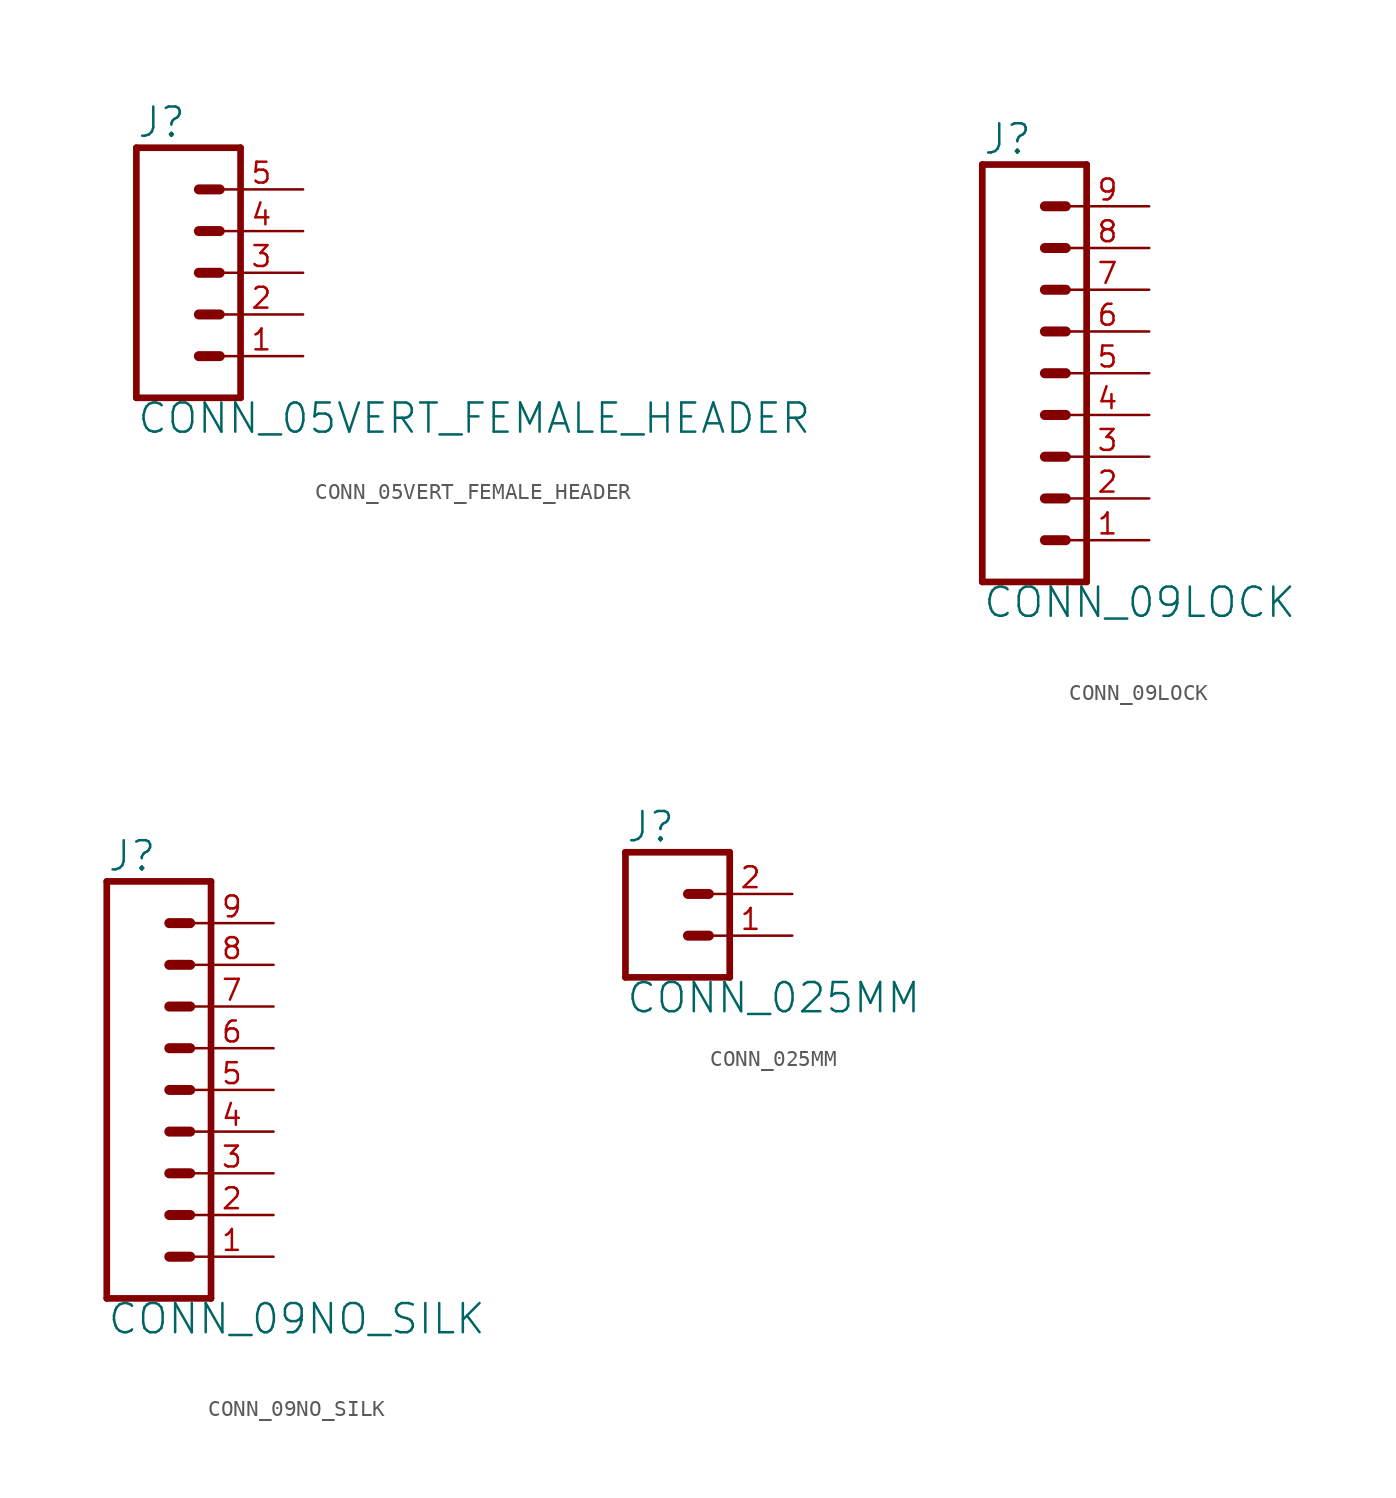
<source format=kicad_sym>
(kicad_symbol_lib
  (version 20211014)
  (generator kicad_symbol_editor)
  (symbol "CONN_05VERT_FEMALE_HEADER"
    (property "Reference" "J"
      (at -2.54 8.128 0)
      (effects (font (size 1.778 1.778)) (justify left bottom)))
    (property "Value" "CONN_05VERT_FEMALE_HEADER"
      (at -2.54 -9.906 0)
      (effects (font (size 1.778 1.778)) (justify left bottom)))
    (property "ki_locked" ""
      (at 0 0 0)
      (effects (font (size 1.27 1.27))))
    (symbol "CONN_05VERT_FEMALE_HEADER_1_0"
      (polyline (pts (xy -2.54 7.62) (xy -2.54 -7.62)) (stroke (width 0.406) (type default) (color 0 0 0 0)) (fill (type none)))
      (polyline (pts (xy -2.54 7.62) (xy 3.81 7.62)) (stroke (width 0.406) (type default) (color 0 0 0 0)) (fill (type none)))
      (polyline (pts (xy 1.27 -5.08) (xy 2.54 -5.08)) (stroke (width 0.61) (type default) (color 0 0 0 0)) (fill (type none)))
      (polyline (pts (xy 1.27 -2.54) (xy 2.54 -2.54)) (stroke (width 0.61) (type default) (color 0 0 0 0)) (fill (type none)))
      (polyline (pts (xy 1.27 0) (xy 2.54 0)) (stroke (width 0.61) (type default) (color 0 0 0 0)) (fill (type none)))
      (polyline (pts (xy 1.27 2.54) (xy 2.54 2.54)) (stroke (width 0.61) (type default) (color 0 0 0 0)) (fill (type none)))
      (polyline (pts (xy 1.27 5.08) (xy 2.54 5.08)) (stroke (width 0.61) (type default) (color 0 0 0 0)) (fill (type none)))
      (polyline (pts (xy 3.81 -7.62) (xy -2.54 -7.62)) (stroke (width 0.406) (type default) (color 0 0 0 0)) (fill (type none)))
      (polyline (pts (xy 3.81 -7.62) (xy 3.81 7.62)) (stroke (width 0.406) (type default) (color 0 0 0 0)) (fill (type none)))
      (pin passive line (at 7.62 -5.08 180) (length 5.08) (name "1" (effects (font (size 0 0)))) (number "1" (effects (font (size 1.27 1.27)))))
      (pin passive line (at 7.62 -2.54 180) (length 5.08) (name "2" (effects (font (size 0 0)))) (number "2" (effects (font (size 1.27 1.27)))))
      (pin passive line (at 7.62 0 180) (length 5.08) (name "3" (effects (font (size 0 0)))) (number "3" (effects (font (size 1.27 1.27)))))
      (pin passive line (at 7.62 2.54 180) (length 5.08) (name "4" (effects (font (size 0 0)))) (number "4" (effects (font (size 1.27 1.27)))))
      (pin passive line (at 7.62 5.08 180) (length 5.08) (name "5" (effects (font (size 0 0)))) (number "5" (effects (font (size 1.27 1.27)))))))
  (symbol "CONN_09LOCK"
    (property "Reference" "J"
      (at 0 13.208 0)
      (effects (font (size 1.778 1.778)) (justify left bottom)))
    (property "Value" "CONN_09LOCK"
      (at 0 -14.986 0)
      (effects (font (size 1.778 1.778)) (justify left bottom)))
    (property "ki_locked" ""
      (at 0 0 0)
      (effects (font (size 1.27 1.27))))
    (symbol "CONN_09LOCK_1_0"
      (polyline (pts (xy 0 12.7) (xy 0 -12.7)) (stroke (width 0.406) (type default) (color 0 0 0 0)) (fill (type none)))
      (polyline (pts (xy 0 12.7) (xy 6.35 12.7)) (stroke (width 0.406) (type default) (color 0 0 0 0)) (fill (type none)))
      (polyline (pts (xy 3.81 -10.16) (xy 5.08 -10.16)) (stroke (width 0.61) (type default) (color 0 0 0 0)) (fill (type none)))
      (polyline (pts (xy 3.81 -7.62) (xy 5.08 -7.62)) (stroke (width 0.61) (type default) (color 0 0 0 0)) (fill (type none)))
      (polyline (pts (xy 3.81 -5.08) (xy 5.08 -5.08)) (stroke (width 0.61) (type default) (color 0 0 0 0)) (fill (type none)))
      (polyline (pts (xy 3.81 -2.54) (xy 5.08 -2.54)) (stroke (width 0.61) (type default) (color 0 0 0 0)) (fill (type none)))
      (polyline (pts (xy 3.81 0) (xy 5.08 0)) (stroke (width 0.61) (type default) (color 0 0 0 0)) (fill (type none)))
      (polyline (pts (xy 3.81 2.54) (xy 5.08 2.54)) (stroke (width 0.61) (type default) (color 0 0 0 0)) (fill (type none)))
      (polyline (pts (xy 3.81 5.08) (xy 5.08 5.08)) (stroke (width 0.61) (type default) (color 0 0 0 0)) (fill (type none)))
      (polyline (pts (xy 3.81 7.62) (xy 5.08 7.62)) (stroke (width 0.61) (type default) (color 0 0 0 0)) (fill (type none)))
      (polyline (pts (xy 3.81 10.16) (xy 5.08 10.16)) (stroke (width 0.61) (type default) (color 0 0 0 0)) (fill (type none)))
      (polyline (pts (xy 6.35 -12.7) (xy 0 -12.7)) (stroke (width 0.406) (type default) (color 0 0 0 0)) (fill (type none)))
      (polyline (pts (xy 6.35 -12.7) (xy 6.35 12.7)) (stroke (width 0.406) (type default) (color 0 0 0 0)) (fill (type none)))
      (pin passive line (at 10.16 -10.16 180) (length 5.08) (name "1" (effects (font (size 0 0)))) (number "1" (effects (font (size 1.27 1.27)))))
      (pin passive line (at 10.16 -7.62 180) (length 5.08) (name "2" (effects (font (size 0 0)))) (number "2" (effects (font (size 1.27 1.27)))))
      (pin passive line (at 10.16 -5.08 180) (length 5.08) (name "3" (effects (font (size 0 0)))) (number "3" (effects (font (size 1.27 1.27)))))
      (pin passive line (at 10.16 -2.54 180) (length 5.08) (name "4" (effects (font (size 0 0)))) (number "4" (effects (font (size 1.27 1.27)))))
      (pin passive line (at 10.16 0 180) (length 5.08) (name "5" (effects (font (size 0 0)))) (number "5" (effects (font (size 1.27 1.27)))))
      (pin passive line (at 10.16 2.54 180) (length 5.08) (name "6" (effects (font (size 0 0)))) (number "6" (effects (font (size 1.27 1.27)))))
      (pin passive line (at 10.16 5.08 180) (length 5.08) (name "7" (effects (font (size 0 0)))) (number "7" (effects (font (size 1.27 1.27)))))
      (pin passive line (at 10.16 7.62 180) (length 5.08) (name "8" (effects (font (size 0 0)))) (number "8" (effects (font (size 1.27 1.27)))))
      (pin passive line (at 10.16 10.16 180) (length 5.08) (name "9" (effects (font (size 0 0)))) (number "9" (effects (font (size 1.27 1.27)))))))
  (symbol "CONN_09NO_SILK"
    (property "Reference" "J"
      (at 0 13.208 0)
      (effects (font (size 1.778 1.778)) (justify left bottom)))
    (property "Value" "CONN_09NO_SILK"
      (at 0 -14.986 0)
      (effects (font (size 1.778 1.778)) (justify left bottom)))
    (property "ki_locked" ""
      (at 0 0 0)
      (effects (font (size 1.27 1.27))))
    (symbol "CONN_09NO_SILK_1_0"
      (polyline (pts (xy 0 12.7) (xy 0 -12.7)) (stroke (width 0.406) (type default) (color 0 0 0 0)) (fill (type none)))
      (polyline (pts (xy 0 12.7) (xy 6.35 12.7)) (stroke (width 0.406) (type default) (color 0 0 0 0)) (fill (type none)))
      (polyline (pts (xy 3.81 -10.16) (xy 5.08 -10.16)) (stroke (width 0.61) (type default) (color 0 0 0 0)) (fill (type none)))
      (polyline (pts (xy 3.81 -7.62) (xy 5.08 -7.62)) (stroke (width 0.61) (type default) (color 0 0 0 0)) (fill (type none)))
      (polyline (pts (xy 3.81 -5.08) (xy 5.08 -5.08)) (stroke (width 0.61) (type default) (color 0 0 0 0)) (fill (type none)))
      (polyline (pts (xy 3.81 -2.54) (xy 5.08 -2.54)) (stroke (width 0.61) (type default) (color 0 0 0 0)) (fill (type none)))
      (polyline (pts (xy 3.81 0) (xy 5.08 0)) (stroke (width 0.61) (type default) (color 0 0 0 0)) (fill (type none)))
      (polyline (pts (xy 3.81 2.54) (xy 5.08 2.54)) (stroke (width 0.61) (type default) (color 0 0 0 0)) (fill (type none)))
      (polyline (pts (xy 3.81 5.08) (xy 5.08 5.08)) (stroke (width 0.61) (type default) (color 0 0 0 0)) (fill (type none)))
      (polyline (pts (xy 3.81 7.62) (xy 5.08 7.62)) (stroke (width 0.61) (type default) (color 0 0 0 0)) (fill (type none)))
      (polyline (pts (xy 3.81 10.16) (xy 5.08 10.16)) (stroke (width 0.61) (type default) (color 0 0 0 0)) (fill (type none)))
      (polyline (pts (xy 6.35 -12.7) (xy 0 -12.7)) (stroke (width 0.406) (type default) (color 0 0 0 0)) (fill (type none)))
      (polyline (pts (xy 6.35 -12.7) (xy 6.35 12.7)) (stroke (width 0.406) (type default) (color 0 0 0 0)) (fill (type none)))
      (pin passive line (at 10.16 -10.16 180) (length 5.08) (name "1" (effects (font (size 0 0)))) (number "1" (effects (font (size 1.27 1.27)))))
      (pin passive line (at 10.16 -7.62 180) (length 5.08) (name "2" (effects (font (size 0 0)))) (number "2" (effects (font (size 1.27 1.27)))))
      (pin passive line (at 10.16 -5.08 180) (length 5.08) (name "3" (effects (font (size 0 0)))) (number "3" (effects (font (size 1.27 1.27)))))
      (pin passive line (at 10.16 -2.54 180) (length 5.08) (name "4" (effects (font (size 0 0)))) (number "4" (effects (font (size 1.27 1.27)))))
      (pin passive line (at 10.16 0 180) (length 5.08) (name "5" (effects (font (size 0 0)))) (number "5" (effects (font (size 1.27 1.27)))))
      (pin passive line (at 10.16 2.54 180) (length 5.08) (name "6" (effects (font (size 0 0)))) (number "6" (effects (font (size 1.27 1.27)))))
      (pin passive line (at 10.16 5.08 180) (length 5.08) (name "7" (effects (font (size 0 0)))) (number "7" (effects (font (size 1.27 1.27)))))
      (pin passive line (at 10.16 7.62 180) (length 5.08) (name "8" (effects (font (size 0 0)))) (number "8" (effects (font (size 1.27 1.27)))))
      (pin passive line (at 10.16 10.16 180) (length 5.08) (name "9" (effects (font (size 0 0)))) (number "9" (effects (font (size 1.27 1.27)))))))
  (symbol "CONN_025MM"
    (property "Reference" "J"
      (at -2.54 5.588 0)
      (effects (font (size 1.778 1.778)) (justify left bottom)))
    (property "Value" "CONN_025MM"
      (at -2.54 -4.826 0)
      (effects (font (size 1.778 1.778)) (justify left bottom)))
    (property "ki_locked" ""
      (at 0 0 0)
      (effects (font (size 1.27 1.27))))
    (symbol "CONN_025MM_1_0"
      (polyline (pts (xy -2.54 5.08) (xy -2.54 -2.54)) (stroke (width 0.406) (type default) (color 0 0 0 0)) (fill (type none)))
      (polyline (pts (xy -2.54 5.08) (xy 3.81 5.08)) (stroke (width 0.406) (type default) (color 0 0 0 0)) (fill (type none)))
      (polyline (pts (xy 1.27 0) (xy 2.54 0)) (stroke (width 0.61) (type default) (color 0 0 0 0)) (fill (type none)))
      (polyline (pts (xy 1.27 2.54) (xy 2.54 2.54)) (stroke (width 0.61) (type default) (color 0 0 0 0)) (fill (type none)))
      (polyline (pts (xy 3.81 -2.54) (xy -2.54 -2.54)) (stroke (width 0.406) (type default) (color 0 0 0 0)) (fill (type none)))
      (polyline (pts (xy 3.81 -2.54) (xy 3.81 5.08)) (stroke (width 0.406) (type default) (color 0 0 0 0)) (fill (type none)))
      (pin passive line (at 7.62 0 180) (length 5.08) (name "1" (effects (font (size 0 0)))) (number "1" (effects (font (size 1.27 1.27)))))
      (pin passive line (at 7.62 2.54 180) (length 5.08) (name "2" (effects (font (size 0 0)))) (number "2" (effects (font (size 1.27 1.27))))))))
</source>
